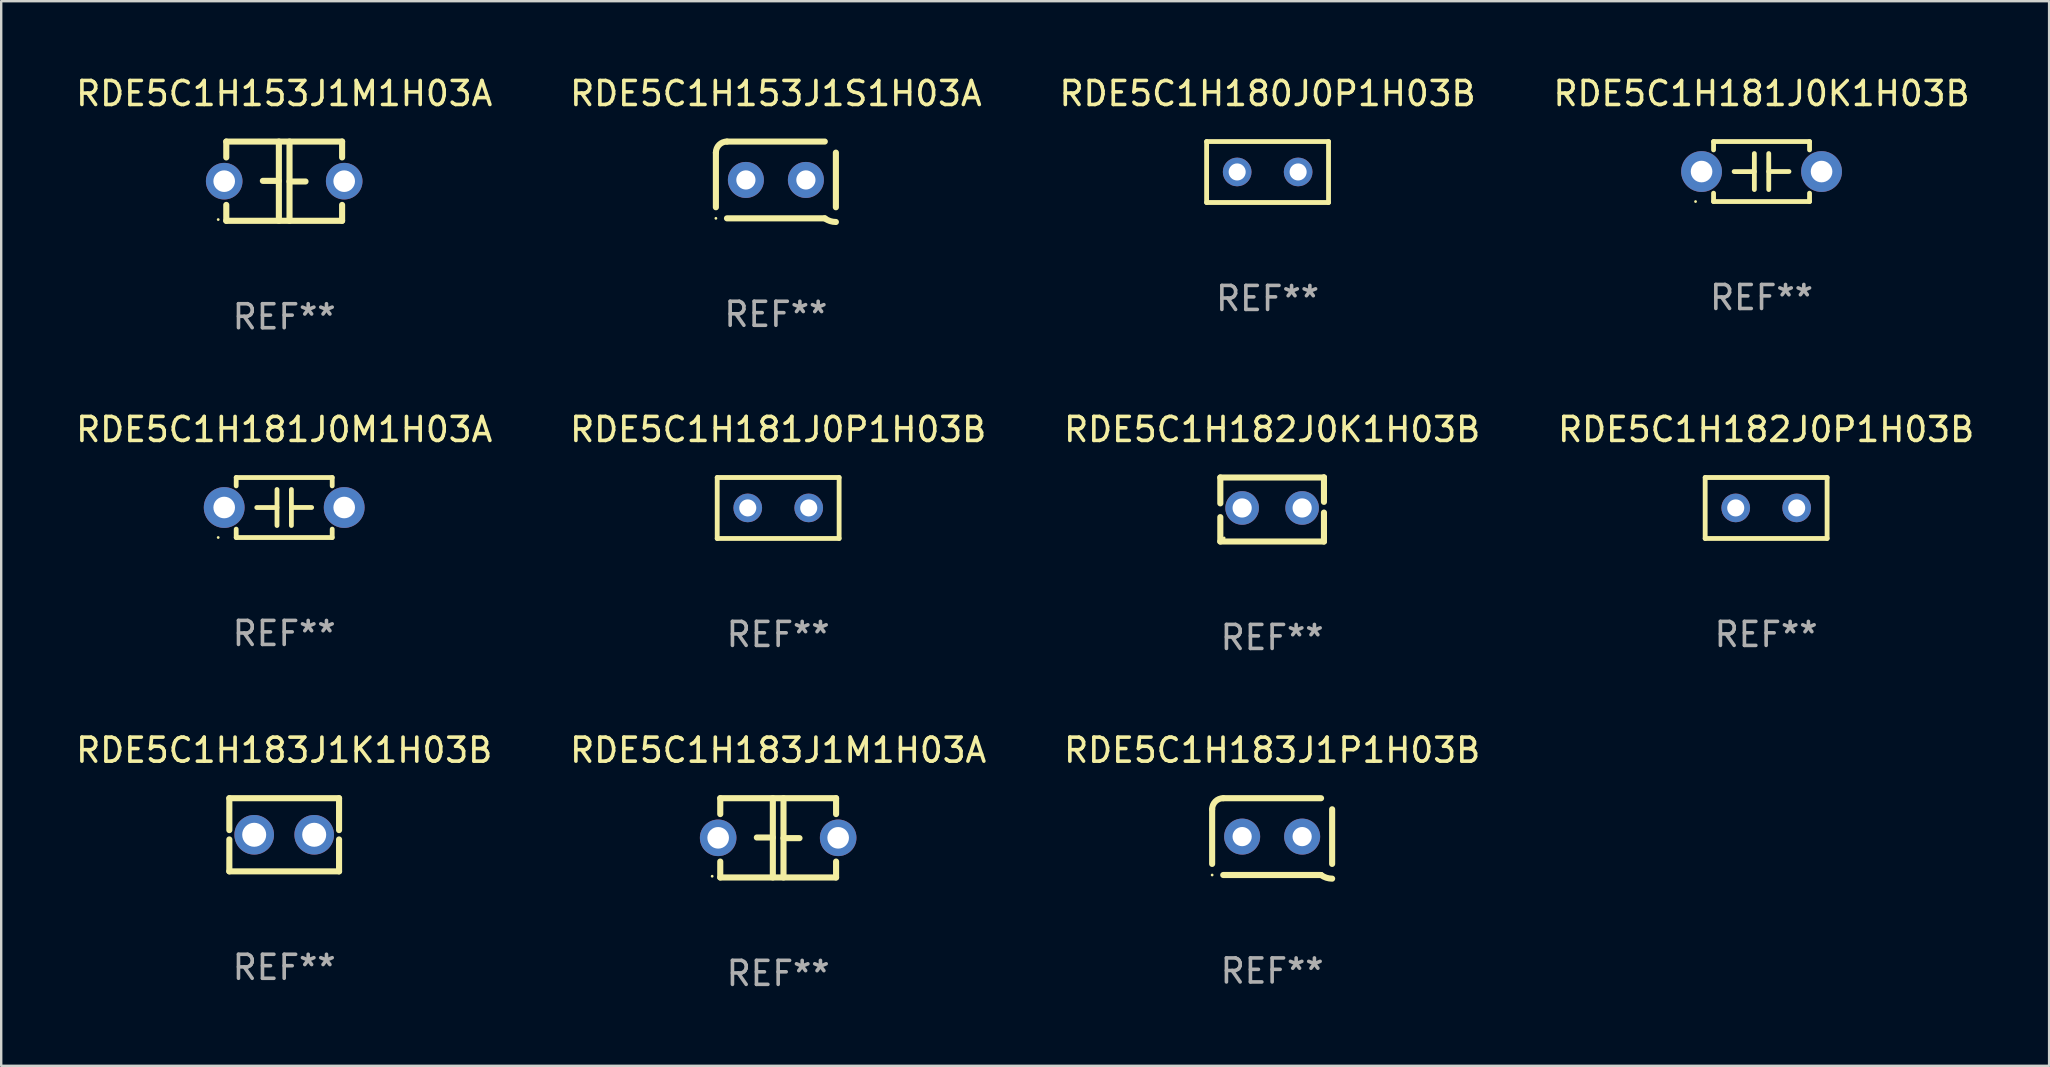
<source format=kicad_pcb>
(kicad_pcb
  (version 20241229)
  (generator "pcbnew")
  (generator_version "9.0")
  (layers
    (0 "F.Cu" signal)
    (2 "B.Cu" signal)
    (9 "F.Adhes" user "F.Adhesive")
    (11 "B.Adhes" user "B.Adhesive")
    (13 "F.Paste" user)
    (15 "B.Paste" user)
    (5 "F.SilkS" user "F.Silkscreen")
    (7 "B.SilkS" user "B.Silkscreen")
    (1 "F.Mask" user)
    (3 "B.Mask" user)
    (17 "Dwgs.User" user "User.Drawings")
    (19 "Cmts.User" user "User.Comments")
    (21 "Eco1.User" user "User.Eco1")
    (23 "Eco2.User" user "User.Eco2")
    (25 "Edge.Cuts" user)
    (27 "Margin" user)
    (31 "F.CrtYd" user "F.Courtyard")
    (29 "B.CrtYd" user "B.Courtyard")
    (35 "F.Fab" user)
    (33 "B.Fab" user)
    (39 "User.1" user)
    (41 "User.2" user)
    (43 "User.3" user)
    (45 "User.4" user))
  (footprint "RDE5C1H183J1K1H03B"
    (layer "F.Cu")
    (at 8.792 31.734)
    (property "Reference" "RDE5C1H183J1K1H03B" (at 0 -3.524 0) (layer "F.SilkS") (effects (font (size 1 1) (thickness 0.15))))
    (attr through_hole)
    (fp_line (start -2.286 -1.524) (end -2.286 -0.194) (stroke (width 0.254) (type solid)) (layer "F.SilkS"))
    (fp_line (start -2.286 0.194) (end -2.286 1.524) (stroke (width 0.254) (type solid)) (layer "F.SilkS"))
    (fp_line (start -2.286 1.524) (end 2.286 1.524) (stroke (width 0.254) (type solid)) (layer "F.SilkS"))
    (fp_line (start 2.286 -1.524) (end -2.286 -1.524) (stroke (width 0.254) (type solid)) (layer "F.SilkS"))
    (fp_line (start 2.286 -0.194) (end 2.286 -1.524) (stroke (width 0.254) (type solid)) (layer "F.SilkS"))
    (fp_line (start 2.286 1.524) (end 2.286 0.194) (stroke (width 0.254) (type solid)) (layer "F.SilkS"))
    (fp_circle (center -2.25 1.575) (end -2.22 1.575) (stroke (width 0.06) (type solid)) (fill no) (layer "F.SilkS"))
    (fp_text user "REF**" (at 0 5.524 0) (layer "F.Fab") (effects (font (size 1 1) (thickness 0.15))))
    (pad "1" thru_hole circle (at -1.25 0) (size 1.65 1.65) (drill 1) (layers "*.Cu" "*.Mask"))
    (pad "2" thru_hole circle (at 1.25 0) (size 1.65 1.65) (drill 1) (layers "*.Cu" "*.Mask")))
  (footprint "RDE5C1H181J0K1H03B"
    (layer "F.Cu")
    (at 70.351 4.098)
    (property "Reference" "RDE5C1H181J0K1H03B" (at 0 -3.25 0) (layer "F.SilkS") (effects (font (size 1 1) (thickness 0.15))))
    (attr through_hole)
    (fp_line (start -2 -1.25) (end -2 -0.901) (stroke (width 0.2) (type solid)) (layer "F.SilkS"))
    (fp_line (start -2 -1.25) (end 2 -1.25) (stroke (width 0.2) (type solid)) (layer "F.SilkS"))
    (fp_line (start -2 0.901) (end -2 1.25) (stroke (width 0.2) (type solid)) (layer "F.SilkS"))
    (fp_line (start -0.3 -0.75) (end -0.3 0.75) (stroke (width 0.2) (type solid)) (layer "F.SilkS"))
    (fp_line (start -0.3 0.001) (end -1.143 0.001) (stroke (width 0.2) (type solid)) (layer "F.SilkS"))
    (fp_line (start 0.3 -0.001) (end 1.143 -0.001) (stroke (width 0.2) (type solid)) (layer "F.SilkS"))
    (fp_line (start 0.3 0.75) (end 0.3 -0.75) (stroke (width 0.2) (type solid)) (layer "F.SilkS"))
    (fp_line (start 2 -1.25) (end 2 -0.901) (stroke (width 0.2) (type solid)) (layer "F.SilkS"))
    (fp_line (start 2 0.901) (end 2 1.25) (stroke (width 0.2) (type solid)) (layer "F.SilkS"))
    (fp_line (start 2 1.25) (end -2 1.25) (stroke (width 0.2) (type solid)) (layer "F.SilkS"))
    (fp_circle (center -2.75 1.25) (end -2.72 1.25) (stroke (width 0.06) (type solid)) (fill no) (layer "F.SilkS"))
    (fp_text user "REF**" (at 0 5.25 0) (layer "F.Fab") (effects (font (size 1 1) (thickness 0.15))))
    (pad "1" thru_hole circle (at -2.5 0) (size 1.7 1.7) (drill 0.9) (layers "*.Cu" "*.Mask"))
    (pad "2" thru_hole circle (at 2.5 0) (size 1.7 1.7) (drill 0.9) (layers "*.Cu" "*.Mask")))
  (footprint "RDE5C1H183J1M1H03A"
    (layer "F.Cu")
    (at 29.375 31.861)
    (property "Reference" "RDE5C1H183J1M1H03A" (at 0 -3.651 0) (layer "F.SilkS") (effects (font (size 1 1) (thickness 0.15))))
    (attr through_hole)
    (fp_line (start -2.413 -1.651) (end 2.413 -1.651) (stroke (width 0.254) (type solid)) (layer "F.SilkS"))
    (fp_line (start -2.413 -0.989) (end -2.413 -1.651) (stroke (width 0.254) (type solid)) (layer "F.SilkS"))
    (fp_line (start -2.413 1.651) (end -2.413 0.989) (stroke (width 0.254) (type solid)) (layer "F.SilkS"))
    (fp_line (start -0.222 -0.013) (end -0.889 -0.013) (stroke (width 0.254) (type solid)) (layer "F.SilkS"))
    (fp_line (start -0.222 1.651) (end -0.222 -1.651) (stroke (width 0.254) (type solid)) (layer "F.SilkS"))
    (fp_line (start 0.222 -1.651) (end 0.222 1.651) (stroke (width 0.254) (type solid)) (layer "F.SilkS"))
    (fp_line (start 0.222 0.013) (end 0.889 0.013) (stroke (width 0.254) (type solid)) (layer "F.SilkS"))
    (fp_line (start 2.413 -1.651) (end 2.413 -0.989) (stroke (width 0.254) (type solid)) (layer "F.SilkS"))
    (fp_line (start 2.413 0.989) (end 2.413 1.651) (stroke (width 0.254) (type solid)) (layer "F.SilkS"))
    (fp_line (start 2.413 1.651) (end -2.413 1.651) (stroke (width 0.254) (type solid)) (layer "F.SilkS"))
    (fp_circle (center -2.75 1.6) (end -2.72 1.6) (stroke (width 0.06) (type solid)) (fill no) (layer "F.SilkS"))
    (fp_text user "REF**" (at 0 5.651 0) (layer "F.Fab") (effects (font (size 1 1) (thickness 0.15))))
    (pad "1" thru_hole circle (at -2.5 0) (size 1.524 1.524) (drill 0.9) (layers "*.Cu" "*.Mask"))
    (pad "2" thru_hole circle (at 2.5 0) (size 1.524 1.524) (drill 0.9) (layers "*.Cu" "*.Mask")))
  (footprint "RDE5C1H182J0K1H03B"
    (layer "F.Cu")
    (at 49.958 18.18)
    (property "Reference" "RDE5C1H182J0K1H03B" (at 0 -3.334 0) (layer "F.SilkS") (effects (font (size 1 1) (thickness 0.15))))
    (attr through_hole)
    (fp_line (start -2.159 -1.334) (end 2.159 -1.334) (stroke (width 0.254) (type solid)) (layer "F.SilkS"))
    (fp_line (start -2.159 -0.256) (end -2.159 -1.334) (stroke (width 0.254) (type solid)) (layer "F.SilkS"))
    (fp_line (start -2.159 1.334) (end -2.159 0.318) (stroke (width 0.254) (type solid)) (layer "F.SilkS"))
    (fp_line (start 2.159 -1.334) (end 2.159 -1.334) (stroke (width 0.254) (type solid)) (layer "F.SilkS"))
    (fp_line (start 2.159 -1.334) (end 2.159 -0.318) (stroke (width 0.254) (type solid)) (layer "F.SilkS"))
    (fp_line (start 2.159 0.129) (end 2.159 1.334) (stroke (width 0.254) (type solid)) (layer "F.SilkS"))
    (fp_line (start 2.159 1.334) (end -2.159 1.334) (stroke (width 0.254) (type solid)) (layer "F.SilkS"))
    (fp_circle (center -2 1.186) (end -1.97 1.186) (stroke (width 0.06) (type solid)) (fill no) (layer "F.SilkS"))
    (fp_text user "REF**" (at 0 5.334 0) (layer "F.Fab") (effects (font (size 1 1) (thickness 0.15))))
    (pad "1" thru_hole circle (at -1.25 -0.064) (size 1.4 1.4) (drill 0.8) (layers "*.Cu" "*.Mask"))
    (pad "2" thru_hole circle (at 1.25 -0.064) (size 1.4 1.4) (drill 0.8) (layers "*.Cu" "*.Mask")))
  (footprint "RDE5C1H182J0P1H03B"
    (layer "F.Cu")
    (at 70.542 18.117)
    (property "Reference" "RDE5C1H182J0P1H03B" (at 0 -3.27 0) (layer "F.SilkS") (effects (font (size 1 1) (thickness 0.15))))
    (attr through_hole)
    (fp_line (start -2.54 -1.27) (end -2.54 1.27) (stroke (width 0.201) (type solid)) (layer "F.SilkS"))
    (fp_line (start -2.54 1.27) (end 2.54 1.27) (stroke (width 0.201) (type solid)) (layer "F.SilkS"))
    (fp_line (start 2.54 -1.27) (end -2.54 -1.27) (stroke (width 0.201) (type solid)) (layer "F.SilkS"))
    (fp_line (start 2.54 1.27) (end 2.54 -1.27) (stroke (width 0.201) (type solid)) (layer "F.SilkS"))
    (fp_circle (center -2.497 1.247) (end -2.467 1.247) (stroke (width 0.06) (type solid)) (fill no) (layer "F.SilkS"))
    (fp_text user "REF**" (at 0 5.27 0) (layer "F.Fab") (effects (font (size 1 1) (thickness 0.15))))
    (pad "1" thru_hole circle (at -1.267 -0.003) (size 1.194 1.194) (drill 0.711) (layers "*.Cu" "*.Mask"))
    (pad "2" thru_hole circle (at 1.273 -0.003) (size 1.194 1.194) (drill 0.711) (layers "*.Cu" "*.Mask")))
  (footprint "RDE5C1H153J1M1H03A"
    (layer "F.Cu")
    (at 8.792 4.499)
    (property "Reference" "RDE5C1H153J1M1H03A" (at 0 -3.651 0) (layer "F.SilkS") (effects (font (size 1 1) (thickness 0.15))))
    (attr through_hole)
    (fp_line (start -2.413 -1.651) (end 2.413 -1.651) (stroke (width 0.254) (type solid)) (layer "F.SilkS"))
    (fp_line (start -2.413 -0.989) (end -2.413 -1.651) (stroke (width 0.254) (type solid)) (layer "F.SilkS"))
    (fp_line (start -2.413 1.651) (end -2.413 0.989) (stroke (width 0.254) (type solid)) (layer "F.SilkS"))
    (fp_line (start -0.222 -0.013) (end -0.889 -0.013) (stroke (width 0.254) (type solid)) (layer "F.SilkS"))
    (fp_line (start -0.222 1.651) (end -0.222 -1.651) (stroke (width 0.254) (type solid)) (layer "F.SilkS"))
    (fp_line (start 0.222 -1.651) (end 0.222 1.651) (stroke (width 0.254) (type solid)) (layer "F.SilkS"))
    (fp_line (start 0.222 0.013) (end 0.889 0.013) (stroke (width 0.254) (type solid)) (layer "F.SilkS"))
    (fp_line (start 2.413 -1.651) (end 2.413 -0.989) (stroke (width 0.254) (type solid)) (layer "F.SilkS"))
    (fp_line (start 2.413 0.989) (end 2.413 1.651) (stroke (width 0.254) (type solid)) (layer "F.SilkS"))
    (fp_line (start 2.413 1.651) (end -2.413 1.651) (stroke (width 0.254) (type solid)) (layer "F.SilkS"))
    (fp_circle (center -2.75 1.6) (end -2.72 1.6) (stroke (width 0.06) (type solid)) (fill no) (layer "F.SilkS"))
    (fp_text user "REF**" (at 0 5.651 0) (layer "F.Fab") (effects (font (size 1 1) (thickness 0.15))))
    (pad "1" thru_hole circle (at -2.5 0) (size 1.524 1.524) (drill 0.9) (layers "*.Cu" "*.Mask"))
    (pad "2" thru_hole circle (at 2.5 0) (size 1.524 1.524) (drill 0.9) (layers "*.Cu" "*.Mask")))
  (footprint "RDE5C1H180J0P1H03B"
    (layer "F.Cu")
    (at 49.768 4.118)
    (property "Reference" "RDE5C1H180J0P1H03B" (at 0 -3.27 0) (layer "F.SilkS") (effects (font (size 1 1) (thickness 0.15))))
    (attr through_hole)
    (fp_line (start -2.54 -1.27) (end -2.54 1.27) (stroke (width 0.201) (type solid)) (layer "F.SilkS"))
    (fp_line (start -2.54 1.27) (end 2.54 1.27) (stroke (width 0.201) (type solid)) (layer "F.SilkS"))
    (fp_line (start 2.54 -1.27) (end -2.54 -1.27) (stroke (width 0.201) (type solid)) (layer "F.SilkS"))
    (fp_line (start 2.54 1.27) (end 2.54 -1.27) (stroke (width 0.201) (type solid)) (layer "F.SilkS"))
    (fp_circle (center -2.497 1.247) (end -2.467 1.247) (stroke (width 0.06) (type solid)) (fill no) (layer "F.SilkS"))
    (fp_text user "REF**" (at 0 5.27 0) (layer "F.Fab") (effects (font (size 1 1) (thickness 0.15))))
    (pad "1" thru_hole circle (at -1.267 -0.003) (size 1.194 1.194) (drill 0.711) (layers "*.Cu" "*.Mask"))
    (pad "2" thru_hole circle (at 1.273 -0.003) (size 1.194 1.194) (drill 0.711) (layers "*.Cu" "*.Mask")))
  (footprint "RDE5C1H183J1P1H03B"
    (layer "F.Cu")
    (at 49.958 31.81)
    (property "Reference" "RDE5C1H183J1P1H03B" (at 0 -3.6 0) (layer "F.SilkS") (effects (font (size 1 1) (thickness 0.15))))
    (attr through_hole)
    (fp_line (start -2.5 1.138) (end -2.5 -1.138) (stroke (width 0.254) (type solid)) (layer "F.SilkS"))
    (fp_line (start -2.038 1.6) (end 2.038 1.6) (stroke (width 0.254) (type solid)) (layer "F.SilkS"))
    (fp_line (start 2.038 -1.6) (end -2.038 -1.6) (stroke (width 0.254) (type solid)) (layer "F.SilkS"))
    (fp_line (start 2.5 -1.138) (end 2.5 1.138) (stroke (width 0.254) (type solid)) (layer "F.SilkS"))
    (fp_arc (start -2.5 -1.137744) (mid -2.364601 -1.464626) (end -2.037719 -1.600025) (stroke (width 0.254001) (type solid)) (layer "F.SilkS"))
    (fp_arc (start -2.5 1.137719) (mid 2.500022 -1.137741) (end -2.5 1.137719) (stroke (width 0.254001) (type solid)) (layer "F.SilkS"))
    (fp_arc (start 2.5 1.751767) (mid 2.256726 1.712861) (end 2.037719 1.600025) (stroke (width 0.254001) (type solid)) (layer "F.SilkS"))
    (fp_circle (center -2.5 1.6) (end -2.47 1.6) (stroke (width 0.06) (type solid)) (fill no) (layer "F.SilkS"))
    (fp_text user "REF**" (at 0 5.6 0) (layer "F.Fab") (effects (font (size 1 1) (thickness 0.15))))
    (pad "1" thru_hole circle (at -1.25 -0.000076) (size 1.5 1.5) (drill 0.8) (layers "*.Cu" "*.Mask"))
    (pad "2" thru_hole circle (at 1.25 -0.000076) (size 1.5 1.5) (drill 0.8) (layers "*.Cu" "*.Mask")))
  (footprint "RDE5C1H181J0P1H03B"
    (layer "F.Cu")
    (at 29.375 18.117)
    (property "Reference" "RDE5C1H181J0P1H03B" (at 0 -3.27 0) (layer "F.SilkS") (effects (font (size 1 1) (thickness 0.15))))
    (attr through_hole)
    (fp_line (start -2.54 -1.27) (end -2.54 1.27) (stroke (width 0.201) (type solid)) (layer "F.SilkS"))
    (fp_line (start -2.54 1.27) (end 2.54 1.27) (stroke (width 0.201) (type solid)) (layer "F.SilkS"))
    (fp_line (start 2.54 -1.27) (end -2.54 -1.27) (stroke (width 0.201) (type solid)) (layer "F.SilkS"))
    (fp_line (start 2.54 1.27) (end 2.54 -1.27) (stroke (width 0.201) (type solid)) (layer "F.SilkS"))
    (fp_circle (center -2.497 1.247) (end -2.467 1.247) (stroke (width 0.06) (type solid)) (fill no) (layer "F.SilkS"))
    (fp_text user "REF**" (at 0 5.27 0) (layer "F.Fab") (effects (font (size 1 1) (thickness 0.15))))
    (pad "1" thru_hole circle (at -1.267 -0.003) (size 1.194 1.194) (drill 0.711) (layers "*.Cu" "*.Mask"))
    (pad "2" thru_hole circle (at 1.273 -0.003) (size 1.194 1.194) (drill 0.711) (layers "*.Cu" "*.Mask")))
  (footprint "RDE5C1H181J0M1H03A"
    (layer "F.Cu")
    (at 8.792 18.097)
    (property "Reference" "RDE5C1H181J0M1H03A" (at 0 -3.25 0) (layer "F.SilkS") (effects (font (size 1 1) (thickness 0.15))))
    (attr through_hole)
    (fp_line (start -2 -1.25) (end -2 -0.901) (stroke (width 0.2) (type solid)) (layer "F.SilkS"))
    (fp_line (start -2 -1.25) (end 2 -1.25) (stroke (width 0.2) (type solid)) (layer "F.SilkS"))
    (fp_line (start -2 0.901) (end -2 1.25) (stroke (width 0.2) (type solid)) (layer "F.SilkS"))
    (fp_line (start -0.3 -0.75) (end -0.3 0.75) (stroke (width 0.2) (type solid)) (layer "F.SilkS"))
    (fp_line (start -0.3 0.001) (end -1.143 0.001) (stroke (width 0.2) (type solid)) (layer "F.SilkS"))
    (fp_line (start 0.3 -0.001) (end 1.143 -0.001) (stroke (width 0.2) (type solid)) (layer "F.SilkS"))
    (fp_line (start 0.3 0.75) (end 0.3 -0.75) (stroke (width 0.2) (type solid)) (layer "F.SilkS"))
    (fp_line (start 2 -1.25) (end 2 -0.901) (stroke (width 0.2) (type solid)) (layer "F.SilkS"))
    (fp_line (start 2 0.901) (end 2 1.25) (stroke (width 0.2) (type solid)) (layer "F.SilkS"))
    (fp_line (start 2 1.25) (end -2 1.25) (stroke (width 0.2) (type solid)) (layer "F.SilkS"))
    (fp_circle (center -2.75 1.25) (end -2.72 1.25) (stroke (width 0.06) (type solid)) (fill no) (layer "F.SilkS"))
    (fp_text user "REF**" (at 0 5.25 0) (layer "F.Fab") (effects (font (size 1 1) (thickness 0.15))))
    (pad "1" thru_hole circle (at -2.5 0) (size 1.7 1.7) (drill 0.9) (layers "*.Cu" "*.Mask"))
    (pad "2" thru_hole circle (at 2.5 0) (size 1.7 1.7) (drill 0.9) (layers "*.Cu" "*.Mask")))
  (footprint "RDE5C1H153J1S1H03A"
    (layer "F.Cu")
    (at 29.28 4.448)
    (property "Reference" "RDE5C1H153J1S1H03A" (at 0 -3.6 0) (layer "F.SilkS") (effects (font (size 1 1) (thickness 0.15))))
    (attr through_hole)
    (fp_line (start -2.5 1.138) (end -2.5 -1.138) (stroke (width 0.254) (type solid)) (layer "F.SilkS"))
    (fp_line (start -2.038 1.6) (end 2.038 1.6) (stroke (width 0.254) (type solid)) (layer "F.SilkS"))
    (fp_line (start 2.038 -1.6) (end -2.038 -1.6) (stroke (width 0.254) (type solid)) (layer "F.SilkS"))
    (fp_line (start 2.5 -1.138) (end 2.5 1.138) (stroke (width 0.254) (type solid)) (layer "F.SilkS"))
    (fp_arc (start -2.5 -1.137744) (mid -2.364601 -1.464626) (end -2.037719 -1.600025) (stroke (width 0.254001) (type solid)) (layer "F.SilkS"))
    (fp_arc (start -2.5 1.137719) (mid 2.500022 -1.137741) (end -2.5 1.137719) (stroke (width 0.254001) (type solid)) (layer "F.SilkS"))
    (fp_arc (start 2.5 1.751767) (mid 2.256726 1.712861) (end 2.037719 1.600025) (stroke (width 0.254001) (type solid)) (layer "F.SilkS"))
    (fp_circle (center -2.5 1.6) (end -2.47 1.6) (stroke (width 0.06) (type solid)) (fill no) (layer "F.SilkS"))
    (fp_text user "REF**" (at 0 5.6 0) (layer "F.Fab") (effects (font (size 1 1) (thickness 0.15))))
    (pad "1" thru_hole circle (at -1.25 -0.000076) (size 1.5 1.5) (drill 0.8) (layers "*.Cu" "*.Mask"))
    (pad "2" thru_hole circle (at 1.25 -0.000076) (size 1.5 1.5) (drill 0.8) (layers "*.Cu" "*.Mask")))
  (gr_rect
    (start -3 -3)
    (end 82.333 41.361)
    (stroke (width 0.1) (type default))
    (fill no)
    (layer "Edge.Cuts")))
</source>
